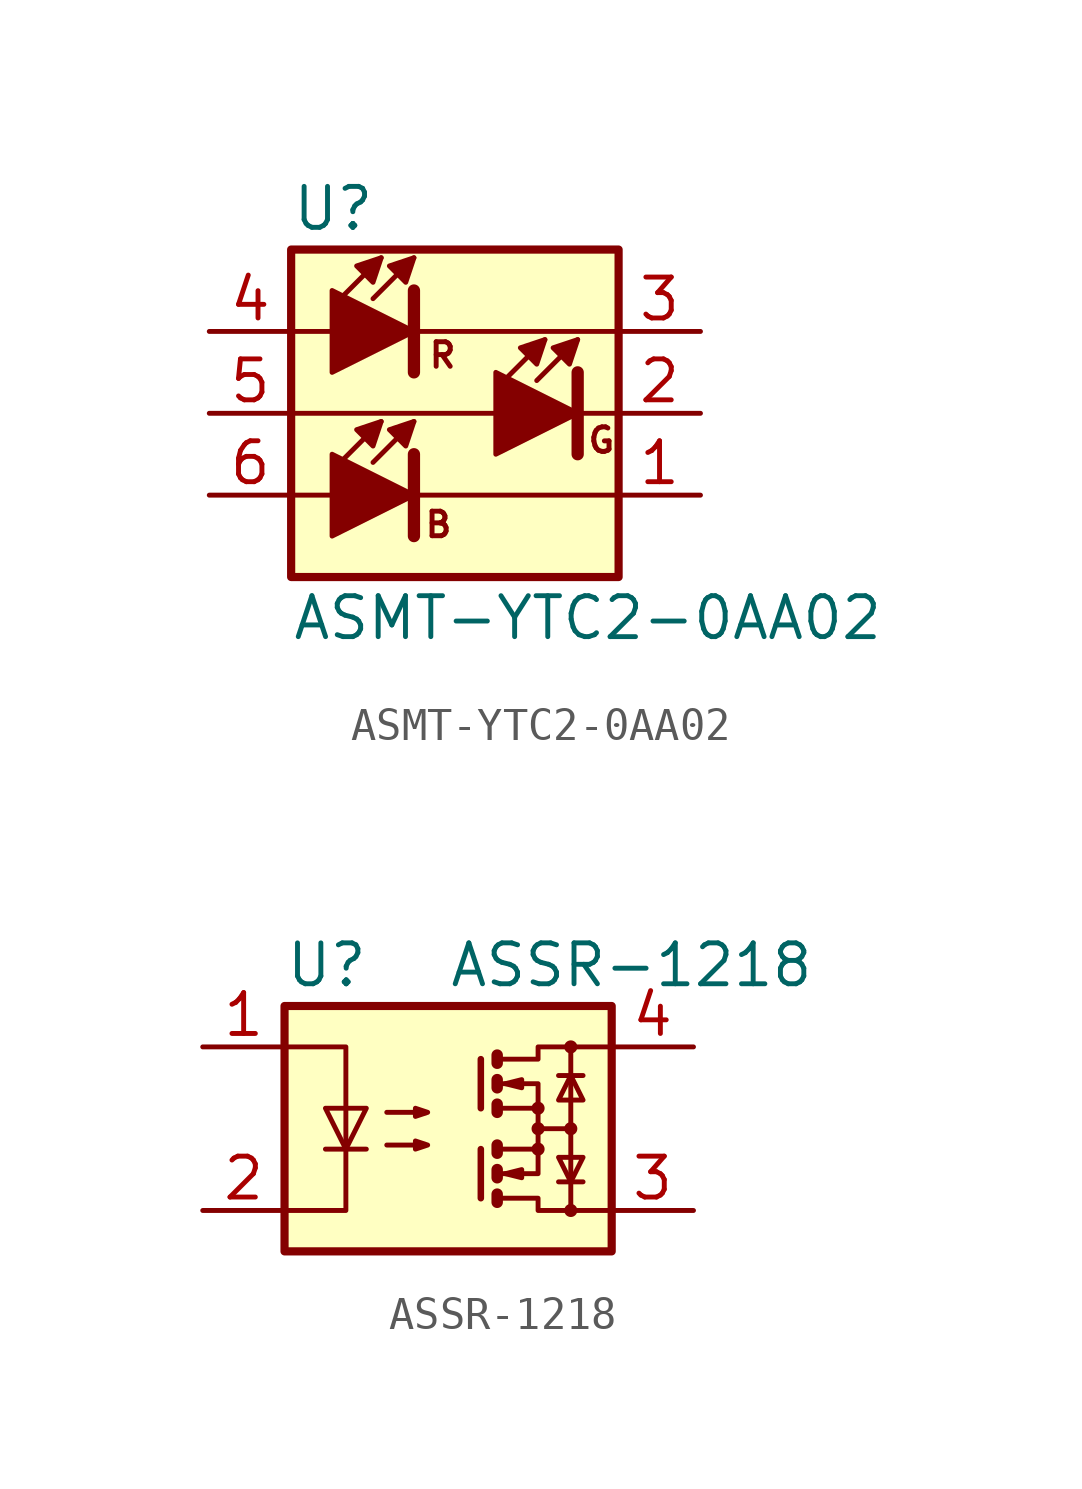
<source format=kicad_sym>
(kicad_symbol_lib
  (version 20211014)
  (generator kicad_symbol_editor)
  (symbol "ASMT-YTC2-0AA02"
    (pin_names
      (offset 0.025) hide)
    (property "Reference" "U"
      (at -5.08 6.35 0)
      (effects (font (size 1.27 1.27)) (justify left)))
    (property "Value" "ASMT-YTC2-0AA02"
      (at -5.08 -6.35 0)
      (effects (font (size 1.27 1.27)) (justify left)))
    (symbol "ASMT-YTC2-0AA02_0_0"
      (text "B" (at -0.508 -3.454 0) (effects (font (size 0.762 0.762))))
      (text "G" (at 4.547 -0.838 0) (effects (font (size 0.762 0.762))))
      (text "R" (at -0.381 1.803 0) (effects (font (size 0.762 0.762)))))
    (symbol "ASMT-YTC2-0AA02_0_1"
      (rectangle (start -5.08 5.08) (end 5.08 -5.08) (stroke (width 0.254) (type default) (color 0 0 0 0)) (fill (type background)))
      (polyline (pts (xy -5.08 -2.54) (xy -3.81 -2.54)) (stroke (width 0) (type default) (color 0 0 0 0)) (fill (type none)))
      (polyline (pts (xy -5.08 0) (xy 1.27 0)) (stroke (width 0) (type default) (color 0 0 0 0)) (fill (type none)))
      (polyline (pts (xy -3.81 2.54) (xy -5.08 2.54)) (stroke (width 0) (type default) (color 0 0 0 0)) (fill (type none)))
      (polyline (pts (xy -3.556 -1.524) (xy -2.286 -0.254)) (stroke (width 0) (type default) (color 0 0 0 0)) (fill (type none)))
      (polyline (pts (xy -3.556 3.556) (xy -2.286 4.826)) (stroke (width 0) (type default) (color 0 0 0 0)) (fill (type none)))
      (polyline (pts (xy -2.54 -1.524) (xy -1.27 -0.254)) (stroke (width 0) (type default) (color 0 0 0 0)) (fill (type none)))
      (polyline (pts (xy -2.54 3.556) (xy -1.27 4.826)) (stroke (width 0) (type default) (color 0 0 0 0)) (fill (type none)))
      (polyline (pts (xy -1.27 -2.54) (xy 5.08 -2.54)) (stroke (width 0) (type default) (color 0 0 0 0)) (fill (type none)))
      (polyline (pts (xy -1.27 -1.27) (xy -1.27 -3.81)) (stroke (width 0.381) (type default) (color 0 0 0 0)) (fill (type none)))
      (polyline (pts (xy -1.27 2.54) (xy 5.08 2.54)) (stroke (width 0) (type default) (color 0 0 0 0)) (fill (type none)))
      (polyline (pts (xy -1.27 3.81) (xy -1.27 1.27)) (stroke (width 0.381) (type default) (color 0 0 0 0)) (fill (type none)))
      (polyline (pts (xy 1.524 1.016) (xy 2.794 2.286)) (stroke (width 0) (type default) (color 0 0 0 0)) (fill (type none)))
      (polyline (pts (xy 2.54 1.016) (xy 3.81 2.286)) (stroke (width 0) (type default) (color 0 0 0 0)) (fill (type none)))
      (polyline (pts (xy 3.81 0) (xy 5.08 0)) (stroke (width 0) (type default) (color 0 0 0 0)) (fill (type none)))
      (polyline (pts (xy 3.81 1.27) (xy 3.81 -1.27)) (stroke (width 0.381) (type default) (color 0 0 0 0)) (fill (type none)))
      (polyline (pts (xy -3.81 -1.27) (xy -3.81 -3.81) (xy -1.27 -2.54) (xy -3.81 -1.27)) (stroke (width 0) (type default) (color 0 0 0 0)) (fill (type outline)))
      (polyline (pts (xy -3.81 3.81) (xy -3.81 1.27) (xy -1.27 2.54) (xy -3.81 3.81)) (stroke (width 0) (type default) (color 0 0 0 0)) (fill (type outline)))
      (polyline (pts (xy -2.286 -0.254) (xy -2.54 -1.016) (xy -3.048 -0.508) (xy -2.286 -0.254)) (stroke (width 0) (type default) (color 0 0 0 0)) (fill (type outline)))
      (polyline (pts (xy -2.286 4.826) (xy -2.54 4.064) (xy -3.048 4.572) (xy -2.286 4.826)) (stroke (width 0) (type default) (color 0 0 0 0)) (fill (type outline)))
      (polyline (pts (xy -1.27 -0.254) (xy -1.524 -1.016) (xy -2.032 -0.508) (xy -1.27 -0.254)) (stroke (width 0) (type default) (color 0 0 0 0)) (fill (type outline)))
      (polyline (pts (xy -1.27 4.826) (xy -1.524 4.064) (xy -2.032 4.572) (xy -1.27 4.826)) (stroke (width 0) (type default) (color 0 0 0 0)) (fill (type outline)))
      (polyline (pts (xy 1.27 1.27) (xy 1.27 -1.27) (xy 3.81 0) (xy 1.27 1.27)) (stroke (width 0) (type default) (color 0 0 0 0)) (fill (type outline)))
      (polyline (pts (xy 2.794 2.286) (xy 2.54 1.524) (xy 2.032 2.032) (xy 2.794 2.286)) (stroke (width 0) (type default) (color 0 0 0 0)) (fill (type outline)))
      (polyline (pts (xy 3.81 2.286) (xy 3.556 1.524) (xy 3.048 2.032) (xy 3.81 2.286)) (stroke (width 0) (type default) (color 0 0 0 0)) (fill (type outline))))
    (symbol "ASMT-YTC2-0AA02_1_1"
      (pin passive line (at 7.62 -2.54 180) (length 2.54) (name "KB" (effects (font (size 1.27 1.27)))) (number "1" (effects (font (size 1.27 1.27)))))
      (pin passive line (at 7.62 0 180) (length 2.54) (name "KG" (effects (font (size 1.27 1.27)))) (number "2" (effects (font (size 1.27 1.27)))))
      (pin passive line (at 7.62 2.54 180) (length 2.54) (name "KR" (effects (font (size 1.27 1.27)))) (number "3" (effects (font (size 1.27 1.27)))))
      (pin passive line (at -7.62 2.54 0) (length 2.54) (name "AR" (effects (font (size 1.27 1.27)))) (number "4" (effects (font (size 1.27 1.27)))))
      (pin passive line (at -7.62 0 0) (length 2.54) (name "AG" (effects (font (size 1.27 1.27)))) (number "5" (effects (font (size 1.27 1.27)))))
      (pin passive line (at -7.62 -2.54 0) (length 2.54) (name "AB" (effects (font (size 1.27 1.27)))) (number "6" (effects (font (size 1.27 1.27)))))))
  (symbol "ASSR-1218"
    (pin_names
      (offset 1.016))
    (property "Reference" "U"
      (at -5.08 5.08 0)
      (effects (font (size 1.27 1.27)) (justify left)))
    (property "Value" "ASSR-1218"
      (at 0 5.08 0)
      (effects (font (size 1.27 1.27)) (justify left)))
    (symbol "ASSR-1218_0_1"
      (rectangle (start -5.08 3.81) (end 5.08 -3.81) (stroke (width 0.254) (type default) (color 0 0 0 0)) (fill (type background)))
      (polyline (pts (xy -3.81 -0.635) (xy -2.54 -0.635)) (stroke (width 0) (type default) (color 0 0 0 0)) (fill (type none)))
      (polyline (pts (xy -3.175 0.635) (xy -3.175 -0.635)) (stroke (width 0) (type default) (color 0 0 0 0)) (fill (type none)))
      (polyline (pts (xy 1.016 -0.635) (xy 1.016 -2.159)) (stroke (width 0.203) (type default) (color 0 0 0 0)) (fill (type none)))
      (polyline (pts (xy 1.016 2.159) (xy 1.016 0.635)) (stroke (width 0.203) (type default) (color 0 0 0 0)) (fill (type none)))
      (polyline (pts (xy 1.524 -0.508) (xy 1.524 -0.762)) (stroke (width 0.356) (type default) (color 0 0 0 0)) (fill (type none)))
      (polyline (pts (xy 2.794 0) (xy 3.81 0)) (stroke (width 0) (type default) (color 0 0 0 0)) (fill (type none)))
      (polyline (pts (xy 3.429 -1.651) (xy 4.191 -1.651)) (stroke (width 0) (type default) (color 0 0 0 0)) (fill (type none)))
      (polyline (pts (xy 3.429 1.651) (xy 4.191 1.651)) (stroke (width 0) (type default) (color 0 0 0 0)) (fill (type none)))
      (polyline (pts (xy 3.81 0) (xy 3.81 -2.54)) (stroke (width 0) (type default) (color 0 0 0 0)) (fill (type none)))
      (polyline (pts (xy 3.81 0) (xy 3.81 2.54)) (stroke (width 0) (type default) (color 0 0 0 0)) (fill (type none)))
      (polyline (pts (xy -5.08 2.54) (xy -3.175 2.54) (xy -3.175 0.635)) (stroke (width 0) (type default) (color 0 0 0 0)) (fill (type none)))
      (polyline (pts (xy -3.175 -0.635) (xy -3.175 -2.54) (xy -5.08 -2.54)) (stroke (width 0) (type default) (color 0 0 0 0)) (fill (type none)))
      (polyline (pts (xy 1.524 -2.032) (xy 1.524 -2.286) (xy 1.524 -2.286)) (stroke (width 0.356) (type default) (color 0 0 0 0)) (fill (type none)))
      (polyline (pts (xy 1.524 -1.27) (xy 1.524 -1.524) (xy 1.524 -1.524)) (stroke (width 0.356) (type default) (color 0 0 0 0)) (fill (type none)))
      (polyline (pts (xy 1.524 0.762) (xy 1.524 0.508) (xy 1.524 0.508)) (stroke (width 0.356) (type default) (color 0 0 0 0)) (fill (type none)))
      (polyline (pts (xy 1.524 1.524) (xy 1.524 1.27) (xy 1.524 1.27)) (stroke (width 0.356) (type default) (color 0 0 0 0)) (fill (type none)))
      (polyline (pts (xy 1.524 2.286) (xy 1.524 2.032) (xy 1.524 2.032)) (stroke (width 0.356) (type default) (color 0 0 0 0)) (fill (type none)))
      (polyline (pts (xy 1.651 -1.397) (xy 2.794 -1.397) (xy 2.794 -0.635)) (stroke (width 0) (type default) (color 0 0 0 0)) (fill (type none)))
      (polyline (pts (xy 1.651 1.397) (xy 2.794 1.397) (xy 2.794 0.635)) (stroke (width 0) (type default) (color 0 0 0 0)) (fill (type none)))
      (polyline (pts (xy -3.175 -0.635) (xy -3.81 0.635) (xy -2.54 0.635) (xy -3.175 -0.635)) (stroke (width 0) (type default) (color 0 0 0 0)) (fill (type none)))
      (polyline (pts (xy 1.651 -2.159) (xy 2.794 -2.159) (xy 2.794 -2.54) (xy 5.08 -2.54)) (stroke (width 0) (type default) (color 0 0 0 0)) (fill (type none)))
      (polyline (pts (xy 1.651 -0.635) (xy 2.794 -0.635) (xy 2.794 0.635) (xy 1.651 0.635)) (stroke (width 0) (type default) (color 0 0 0 0)) (fill (type none)))
      (polyline (pts (xy 1.651 2.159) (xy 2.794 2.159) (xy 2.794 2.54) (xy 5.08 2.54)) (stroke (width 0) (type default) (color 0 0 0 0)) (fill (type none)))
      (polyline (pts (xy 1.778 -1.397) (xy 2.286 -1.27) (xy 2.286 -1.524) (xy 1.778 -1.397)) (stroke (width 0) (type default) (color 0 0 0 0)) (fill (type none)))
      (polyline (pts (xy 1.778 1.397) (xy 2.286 1.524) (xy 2.286 1.27) (xy 1.778 1.397)) (stroke (width 0) (type default) (color 0 0 0 0)) (fill (type none)))
      (polyline (pts (xy 3.81 -1.651) (xy 3.429 -0.889) (xy 4.191 -0.889) (xy 3.81 -1.651)) (stroke (width 0) (type default) (color 0 0 0 0)) (fill (type none)))
      (polyline (pts (xy 3.81 1.651) (xy 3.429 0.889) (xy 4.191 0.889) (xy 3.81 1.651)) (stroke (width 0) (type default) (color 0 0 0 0)) (fill (type none)))
      (polyline (pts (xy -1.905 -0.508) (xy -0.635 -0.508) (xy -1.016 -0.635) (xy -1.016 -0.381) (xy -0.635 -0.508)) (stroke (width 0) (type default) (color 0 0 0 0)) (fill (type none)))
      (polyline (pts (xy -1.905 0.508) (xy -0.635 0.508) (xy -1.016 0.381) (xy -1.016 0.635) (xy -0.635 0.508)) (stroke (width 0) (type default) (color 0 0 0 0)) (fill (type none)))
      (circle (center 2.794 -0.635) (radius 0.127) (stroke (width 0) (type default) (color 0 0 0 0)) (fill (type none)))
      (circle (center 2.794 0) (radius 0.127) (stroke (width 0) (type default) (color 0 0 0 0)) (fill (type none)))
      (circle (center 2.794 0.635) (radius 0.127) (stroke (width 0) (type default) (color 0 0 0 0)) (fill (type none)))
      (circle (center 3.81 -2.54) (radius 0.127) (stroke (width 0) (type default) (color 0 0 0 0)) (fill (type none)))
      (circle (center 3.81 0) (radius 0.127) (stroke (width 0) (type default) (color 0 0 0 0)) (fill (type none)))
      (circle (center 3.81 2.54) (radius 0.127) (stroke (width 0) (type default) (color 0 0 0 0)) (fill (type none))))
    (symbol "ASSR-1218_1_1"
      (pin passive line (at -7.62 2.54 0) (length 2.54) (name "~" (effects (font (size 1.27 1.27)))) (number "1" (effects (font (size 1.27 1.27)))))
      (pin passive line (at -7.62 -2.54 0) (length 2.54) (name "~" (effects (font (size 1.27 1.27)))) (number "2" (effects (font (size 1.27 1.27)))))
      (pin passive line (at 7.62 -2.54 180) (length 2.54) (name "~" (effects (font (size 1.27 1.27)))) (number "3" (effects (font (size 1.27 1.27)))))
      (pin passive line (at 7.62 2.54 180) (length 2.54) (name "~" (effects (font (size 1.27 1.27)))) (number "4" (effects (font (size 1.27 1.27))))))))
</source>
